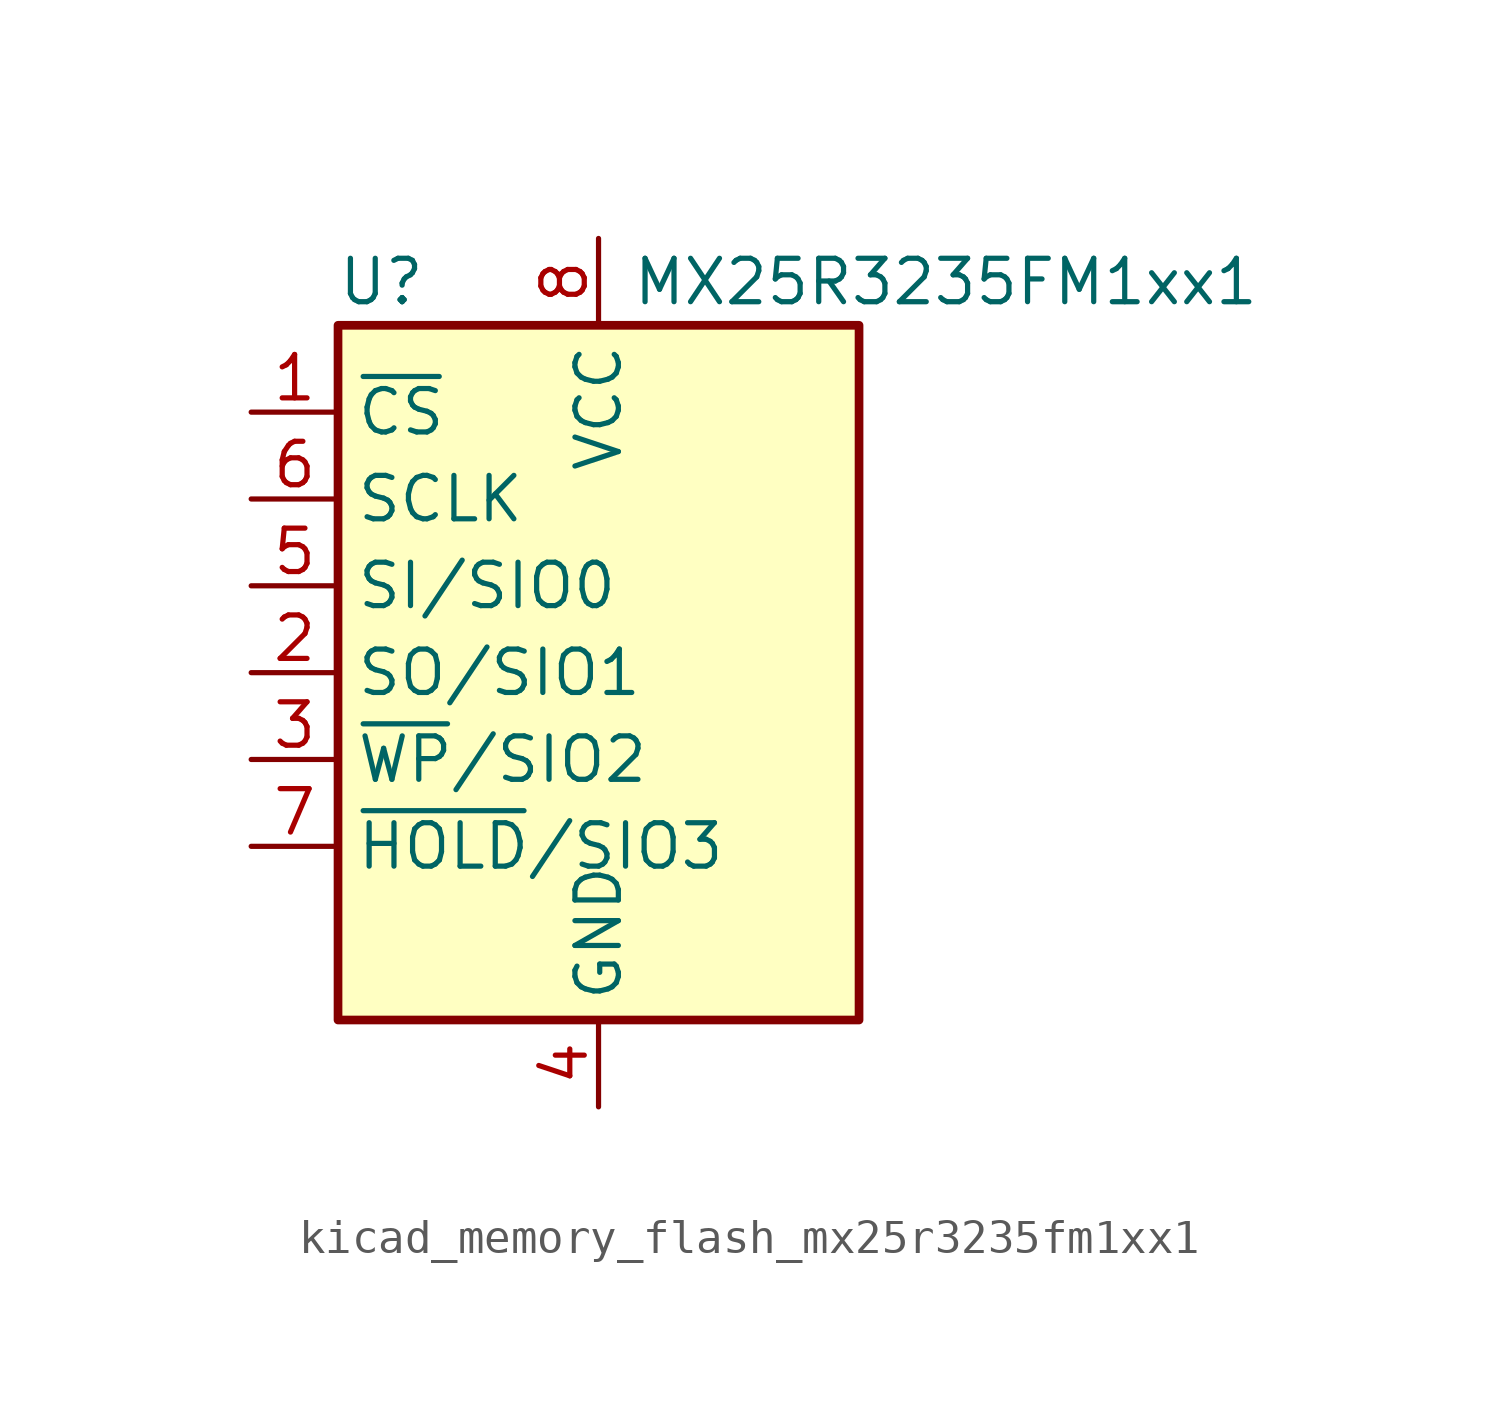
<source format=kicad_sym>
(kicad_symbol_lib
  (version 20220914)
  (generator kicad_symbol_editor)
  (symbol "kicad_memory_flash_mx25r3235fm1xx1"
    (property "Reference" "U"
      (at -6.35 11.43 0)
      (effects (font (size 1.27 1.27))))
    (property "Value" "MX25R3235FM1xx1"
      (at 10.16 11.43 0)
      (effects (font (size 1.27 1.27))))
    (symbol "kicad_memory_flash_mx25r3235fm1xx1_0_1"
      (rectangle (start -7.62 10.16) (end 7.62 -10.16) (stroke (width 0.254) (type default)) (fill (type background))))
    (symbol "kicad_memory_flash_mx25r3235fm1xx1_1_1"
      (pin input line (at -10.16 7.62 0) (length 2.54) (name "~{CS}" (effects (font (size 1.27 1.27)))) (number "1" (effects (font (size 1.27 1.27)))))
      (pin bidirectional line (at -10.16 0 0) (length 2.54) (name "SO/SIO1" (effects (font (size 1.27 1.27)))) (number "2" (effects (font (size 1.27 1.27)))))
      (pin bidirectional line (at -10.16 -2.54 0) (length 2.54) (name "~{WP}/SIO2" (effects (font (size 1.27 1.27)))) (number "3" (effects (font (size 1.27 1.27)))))
      (pin power_in line (at 0 -12.7 90) (length 2.54) (name "GND" (effects (font (size 1.27 1.27)))) (number "4" (effects (font (size 1.27 1.27)))))
      (pin bidirectional line (at -10.16 2.54 0) (length 2.54) (name "SI/SIO0" (effects (font (size 1.27 1.27)))) (number "5" (effects (font (size 1.27 1.27)))))
      (pin input line (at -10.16 5.08 0) (length 2.54) (name "SCLK" (effects (font (size 1.27 1.27)))) (number "6" (effects (font (size 1.27 1.27)))))
      (pin bidirectional line (at -10.16 -5.08 0) (length 2.54) (name "~{HOLD}/SIO3" (effects (font (size 1.27 1.27)))) (number "7" (effects (font (size 1.27 1.27)))))
      (pin power_in line (at 0 12.7 270) (length 2.54) (name "VCC" (effects (font (size 1.27 1.27)))) (number "8" (effects (font (size 1.27 1.27))))))))
</source>
